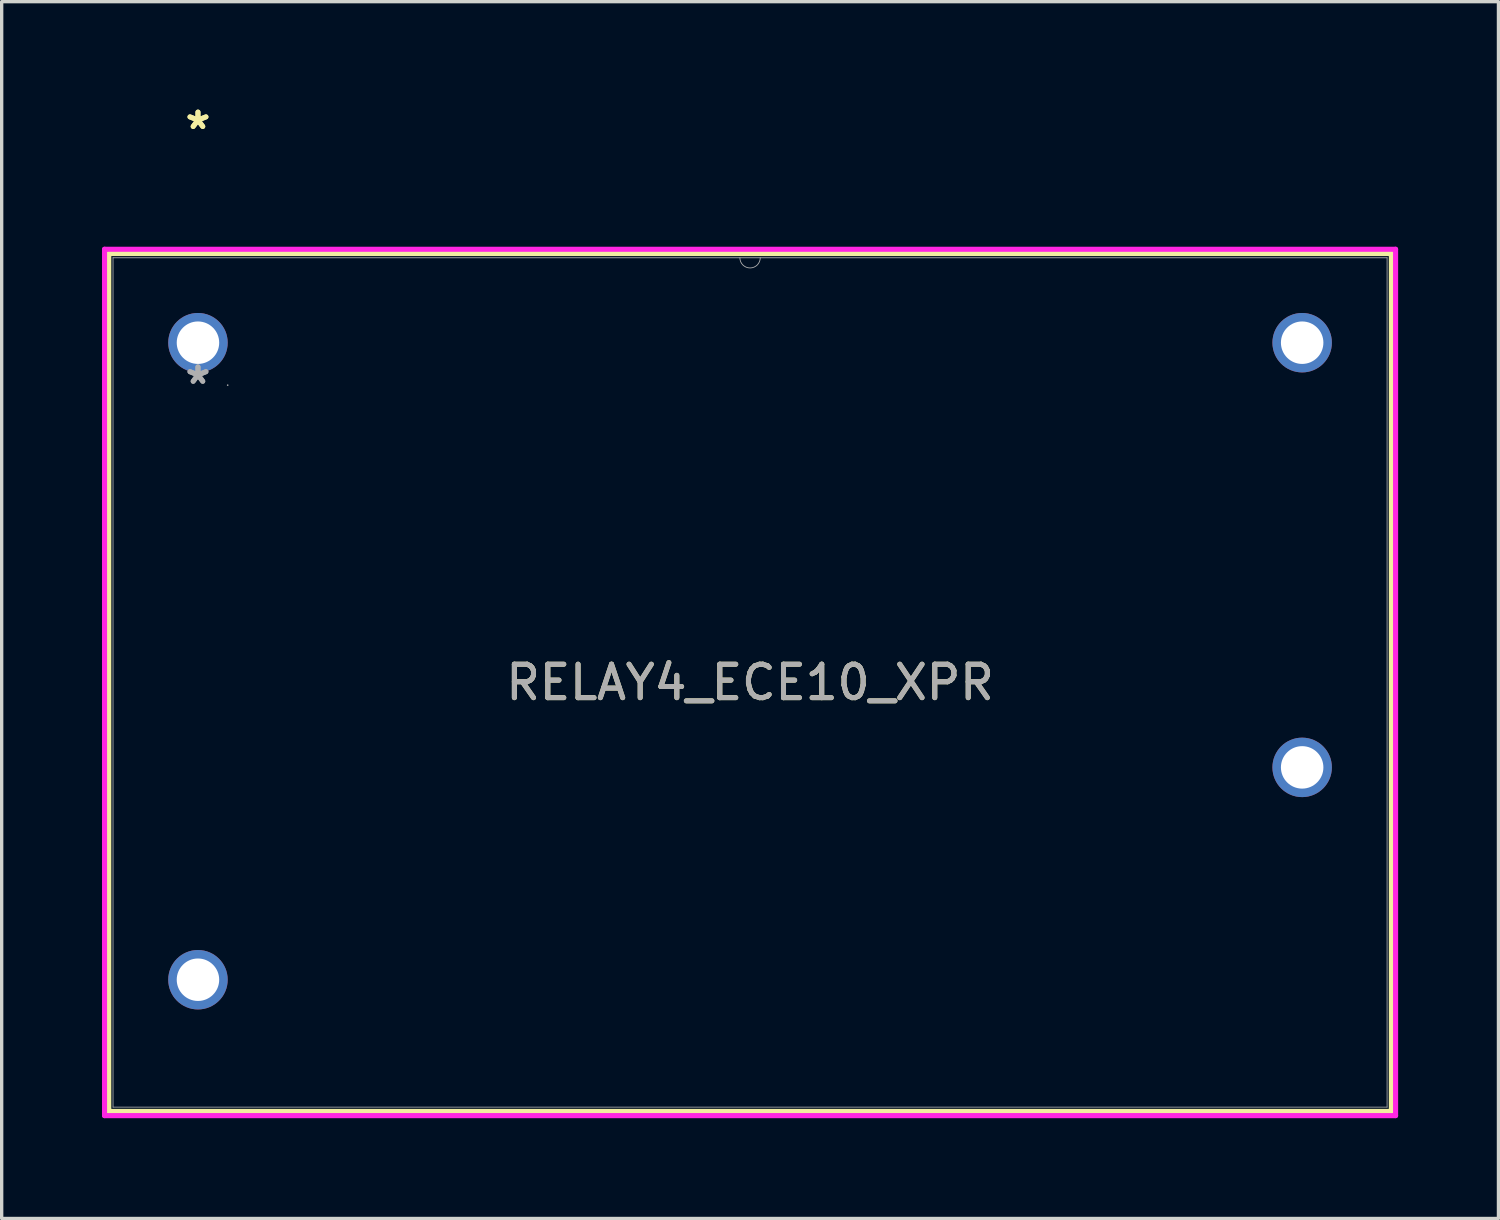
<source format=kicad_pcb>
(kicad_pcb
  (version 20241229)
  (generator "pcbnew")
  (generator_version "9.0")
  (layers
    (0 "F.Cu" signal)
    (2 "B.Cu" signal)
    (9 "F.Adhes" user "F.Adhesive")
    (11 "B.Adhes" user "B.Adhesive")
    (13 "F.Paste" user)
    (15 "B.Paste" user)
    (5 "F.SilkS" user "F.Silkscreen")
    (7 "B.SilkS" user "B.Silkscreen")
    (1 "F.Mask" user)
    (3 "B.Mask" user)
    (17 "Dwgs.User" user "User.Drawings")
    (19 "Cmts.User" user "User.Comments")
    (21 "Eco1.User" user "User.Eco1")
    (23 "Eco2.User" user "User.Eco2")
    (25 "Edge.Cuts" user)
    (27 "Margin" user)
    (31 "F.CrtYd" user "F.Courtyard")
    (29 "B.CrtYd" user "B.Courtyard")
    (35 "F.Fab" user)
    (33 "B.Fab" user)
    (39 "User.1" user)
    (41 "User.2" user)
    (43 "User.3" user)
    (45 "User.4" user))
  (footprint "RELAY4_ECE10_XPR"
    (layer "F.Cu")
    (at 2.87 8.468)
    (property "Reference" "RELAY4_ECE10_XPR" (at 16.51 8.89 0) (unlocked yes) (layer "F.SilkS") (effects (font (size 1 1) (thickness 0.15))))
    (attr through_hole)
    (fp_line (start -2.667 -3.937) (end -2.667 21.717) (stroke (width 0.152) (type solid)) (layer "F.SilkS"))
    (fp_line (start -2.667 21.717) (end 35.687 21.717) (stroke (width 0.152) (type solid)) (layer "F.SilkS"))
    (fp_line (start 35.687 -3.937) (end -2.667 -3.937) (stroke (width 0.152) (type solid)) (layer "F.SilkS"))
    (fp_line (start 35.687 21.717) (end 35.687 -3.937) (stroke (width 0.152) (type solid)) (layer "F.SilkS"))
    (fp_line (start -2.794 -4.064) (end 35.814 -4.064) (stroke (width 0.152) (type solid)) (layer "F.CrtYd"))
    (fp_line (start -2.794 21.844) (end -2.794 -4.064) (stroke (width 0.152) (type solid)) (layer "F.CrtYd"))
    (fp_line (start 35.814 -4.064) (end 35.814 21.844) (stroke (width 0.152) (type solid)) (layer "F.CrtYd"))
    (fp_line (start 35.814 21.844) (end -2.794 21.844) (stroke (width 0.152) (type solid)) (layer "F.CrtYd"))
    (fp_line (start -2.54 -3.81) (end -2.54 21.59) (stroke (width 0.025) (type solid)) (layer "F.Fab"))
    (fp_line (start -2.54 21.59) (end 35.56 21.59) (stroke (width 0.025) (type solid)) (layer "F.Fab"))
    (fp_line (start 35.56 -3.81) (end -2.54 -3.81) (stroke (width 0.025) (type solid)) (layer "F.Fab"))
    (fp_line (start 35.56 21.59) (end 35.56 -3.81) (stroke (width 0.025) (type solid)) (layer "F.Fab"))
    (fp_arc (start 16.8148 -3.81) (mid 16.51 -3.5052) (end 16.2052 -3.81) (stroke (width 0.0254) (type solid)) (layer "F.Fab"))
    (fp_circle (center 0.889 0) (end 0.889 0) (stroke (width 0.025) (type solid)) (fill no) (layer "F.Fab"))
    (fp_text user "*" (at 0 -7.62 0) (unlocked yes) (layer "F.SilkS") (effects (font (size 1 1) (thickness 0.15))))
    (fp_text user "*" (at 0 -7.62 0) (layer "F.SilkS") (effects (font (size 1 1) (thickness 0.15))))
    (fp_text user "*" (at 0 0 0) (layer "F.Fab") (effects (font (size 1 1) (thickness 0.15))))
    (fp_text user "*" (at 0 0 0) (unlocked yes) (layer "F.Fab") (effects (font (size 1 1) (thickness 0.15))))
    (fp_text user "${REFERENCE}" (at 16.51 8.89 0) (unlocked yes) (layer "F.Fab") (effects (font (size 1 1) (thickness 0.15))))
    (pad "1" thru_hole circle (at 0 -1.27) (size 1.778 1.778) (drill 1.27) (layers "*.Cu" "*.Mask"))
    (pad "2" thru_hole circle (at 0 17.78) (size 1.778 1.778) (drill 1.27) (layers "*.Cu" "*.Mask"))
    (pad "3" thru_hole circle (at 33.02 -1.27) (size 1.778 1.778) (drill 1.27) (layers "*.Cu" "*.Mask"))
    (pad "4" thru_hole circle (at 33.02 11.43) (size 1.778 1.778) (drill 1.27) (layers "*.Cu" "*.Mask")))
  (gr_rect
    (start -3 -3)
    (end 41.76 33.388)
    (stroke (width 0.1) (type default))
    (fill no)
    (layer "Edge.Cuts")))
</source>
